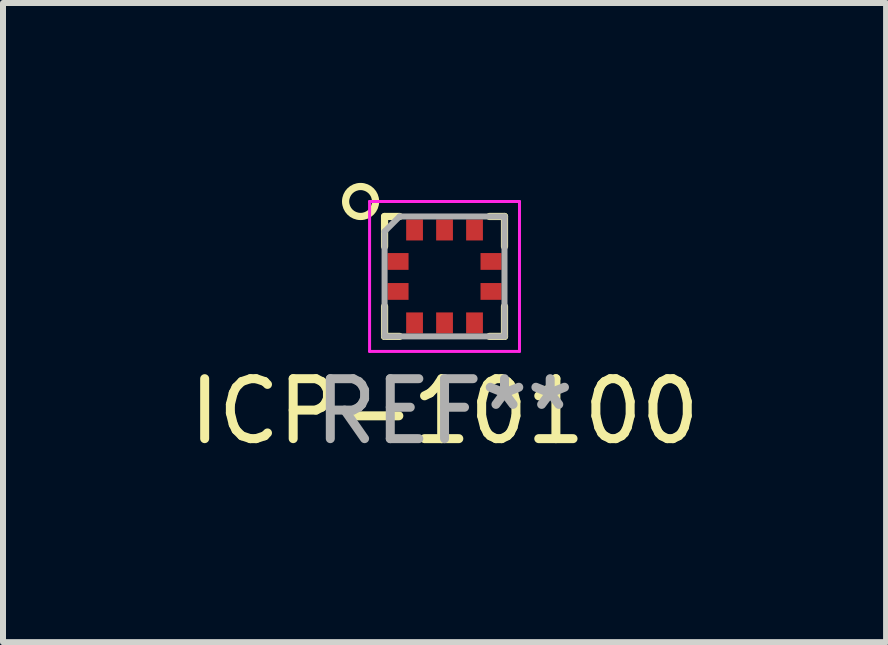
<source format=kicad_pcb>
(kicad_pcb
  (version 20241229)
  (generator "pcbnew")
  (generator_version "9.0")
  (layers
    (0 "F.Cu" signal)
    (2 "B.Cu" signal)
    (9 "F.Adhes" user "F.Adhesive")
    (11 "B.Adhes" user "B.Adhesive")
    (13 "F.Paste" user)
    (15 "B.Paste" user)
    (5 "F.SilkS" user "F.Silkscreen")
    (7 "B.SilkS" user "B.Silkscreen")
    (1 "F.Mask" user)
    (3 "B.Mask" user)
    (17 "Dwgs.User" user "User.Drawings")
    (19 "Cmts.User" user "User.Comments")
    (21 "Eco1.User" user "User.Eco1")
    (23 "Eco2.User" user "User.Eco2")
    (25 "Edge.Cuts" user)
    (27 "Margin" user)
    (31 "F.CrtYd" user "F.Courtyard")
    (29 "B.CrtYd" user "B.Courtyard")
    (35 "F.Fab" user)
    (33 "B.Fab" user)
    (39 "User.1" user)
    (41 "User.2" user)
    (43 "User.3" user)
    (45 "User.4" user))
  (footprint "ICP-10100"
    (layer "F.Cu")
    (at 4.363 1.56)
    (property "Reference" "ICP-10100" (at 0 2.25 180) (layer "F.SilkS") (effects (font (size 1 1) (thickness 0.15))))
    (attr through_hole)
    (fp_line (start -1 -1) (end -1 -0.5) (stroke (width 0.12) (type solid)) (layer "F.SilkS"))
    (fp_line (start -1 0.5) (end -1 1) (stroke (width 0.12) (type solid)) (layer "F.SilkS"))
    (fp_line (start -1 1) (end -0.75 1) (stroke (width 0.12) (type solid)) (layer "F.SilkS"))
    (fp_line (start -0.75 -1) (end -1 -1) (stroke (width 0.12) (type solid)) (layer "F.SilkS"))
    (fp_line (start 0.75 -1) (end 1 -1) (stroke (width 0.12) (type solid)) (layer "F.SilkS"))
    (fp_line (start 1 -1) (end 1 -0.5) (stroke (width 0.12) (type solid)) (layer "F.SilkS"))
    (fp_line (start 1 0.5) (end 1 1) (stroke (width 0.12) (type solid)) (layer "F.SilkS"))
    (fp_line (start 1 1) (end 0.75 1) (stroke (width 0.12) (type solid)) (layer "F.SilkS"))
    (fp_circle (center -1.4 -1.25) (end -1.15 -1.25) (stroke (width 0.12) (type solid)) (fill no) (layer "F.SilkS"))
    (fp_line (start -1.25 -1.25) (end 1.25 -1.25) (stroke (width 0.05) (type solid)) (layer "F.CrtYd"))
    (fp_line (start -1.25 1.25) (end -1.25 -1.25) (stroke (width 0.05) (type solid)) (layer "F.CrtYd"))
    (fp_line (start 1.25 -1.25) (end 1.25 1.25) (stroke (width 0.05) (type solid)) (layer "F.CrtYd"))
    (fp_line (start 1.25 1.25) (end -1.25 1.25) (stroke (width 0.05) (type solid)) (layer "F.CrtYd"))
    (fp_line (start -1 -0.75) (end -0.75 -1) (stroke (width 0.1) (type solid)) (layer "F.Fab"))
    (fp_line (start -1 1) (end -1 -0.75) (stroke (width 0.1) (type solid)) (layer "F.Fab"))
    (fp_line (start -0.75 -1) (end 1 -1) (stroke (width 0.1) (type solid)) (layer "F.Fab"))
    (fp_line (start 1 -1) (end 1 1) (stroke (width 0.1) (type solid)) (layer "F.Fab"))
    (fp_line (start 1 1) (end -1 1) (stroke (width 0.1) (type solid)) (layer "F.Fab"))
    (fp_text user "REF**" (at 0 2.25 0) (layer "F.Fab") (effects (font (size 1 1) (thickness 0.15))))
    (pad "1" smd rect (at -0.775 -0.25 90) (size 0.28 0.35) (layers "F.Cu" "F.Mask" "F.Paste"))
    (pad "2" smd rect (at -0.775 0.25 90) (size 0.28 0.35) (layers "F.Cu" "F.Mask" "F.Paste"))
    (pad "3" smd rect (at -0.5 0.775) (size 0.28 0.35) (layers "F.Cu" "F.Mask" "F.Paste"))
    (pad "4" smd rect (at 0 0.775) (size 0.28 0.35) (layers "F.Cu" "F.Mask" "F.Paste"))
    (pad "5" smd rect (at 0.5 0.775) (size 0.28 0.35) (layers "F.Cu" "F.Mask" "F.Paste"))
    (pad "6" smd rect (at 0.775 0.25 90) (size 0.28 0.35) (layers "F.Cu" "F.Mask" "F.Paste"))
    (pad "7" smd rect (at 0.775 -0.25 90) (size 0.28 0.35) (layers "F.Cu" "F.Mask" "F.Paste"))
    (pad "8" smd rect (at 0.5 -0.775 180) (size 0.28 0.35) (layers "F.Cu" "F.Mask" "F.Paste"))
    (pad "9" smd rect (at 0 -0.775) (size 0.28 0.35) (layers "F.Cu" "F.Mask" "F.Paste"))
    (pad "10" smd rect (at -0.5 -0.775) (size 0.28 0.35) (layers "F.Cu" "F.Mask" "F.Paste")))
  (gr_rect
    (start -3 -3)
    (end 11.726 7.658)
    (stroke (width 0.1) (type default))
    (fill no)
    (layer "Edge.Cuts")))
</source>
